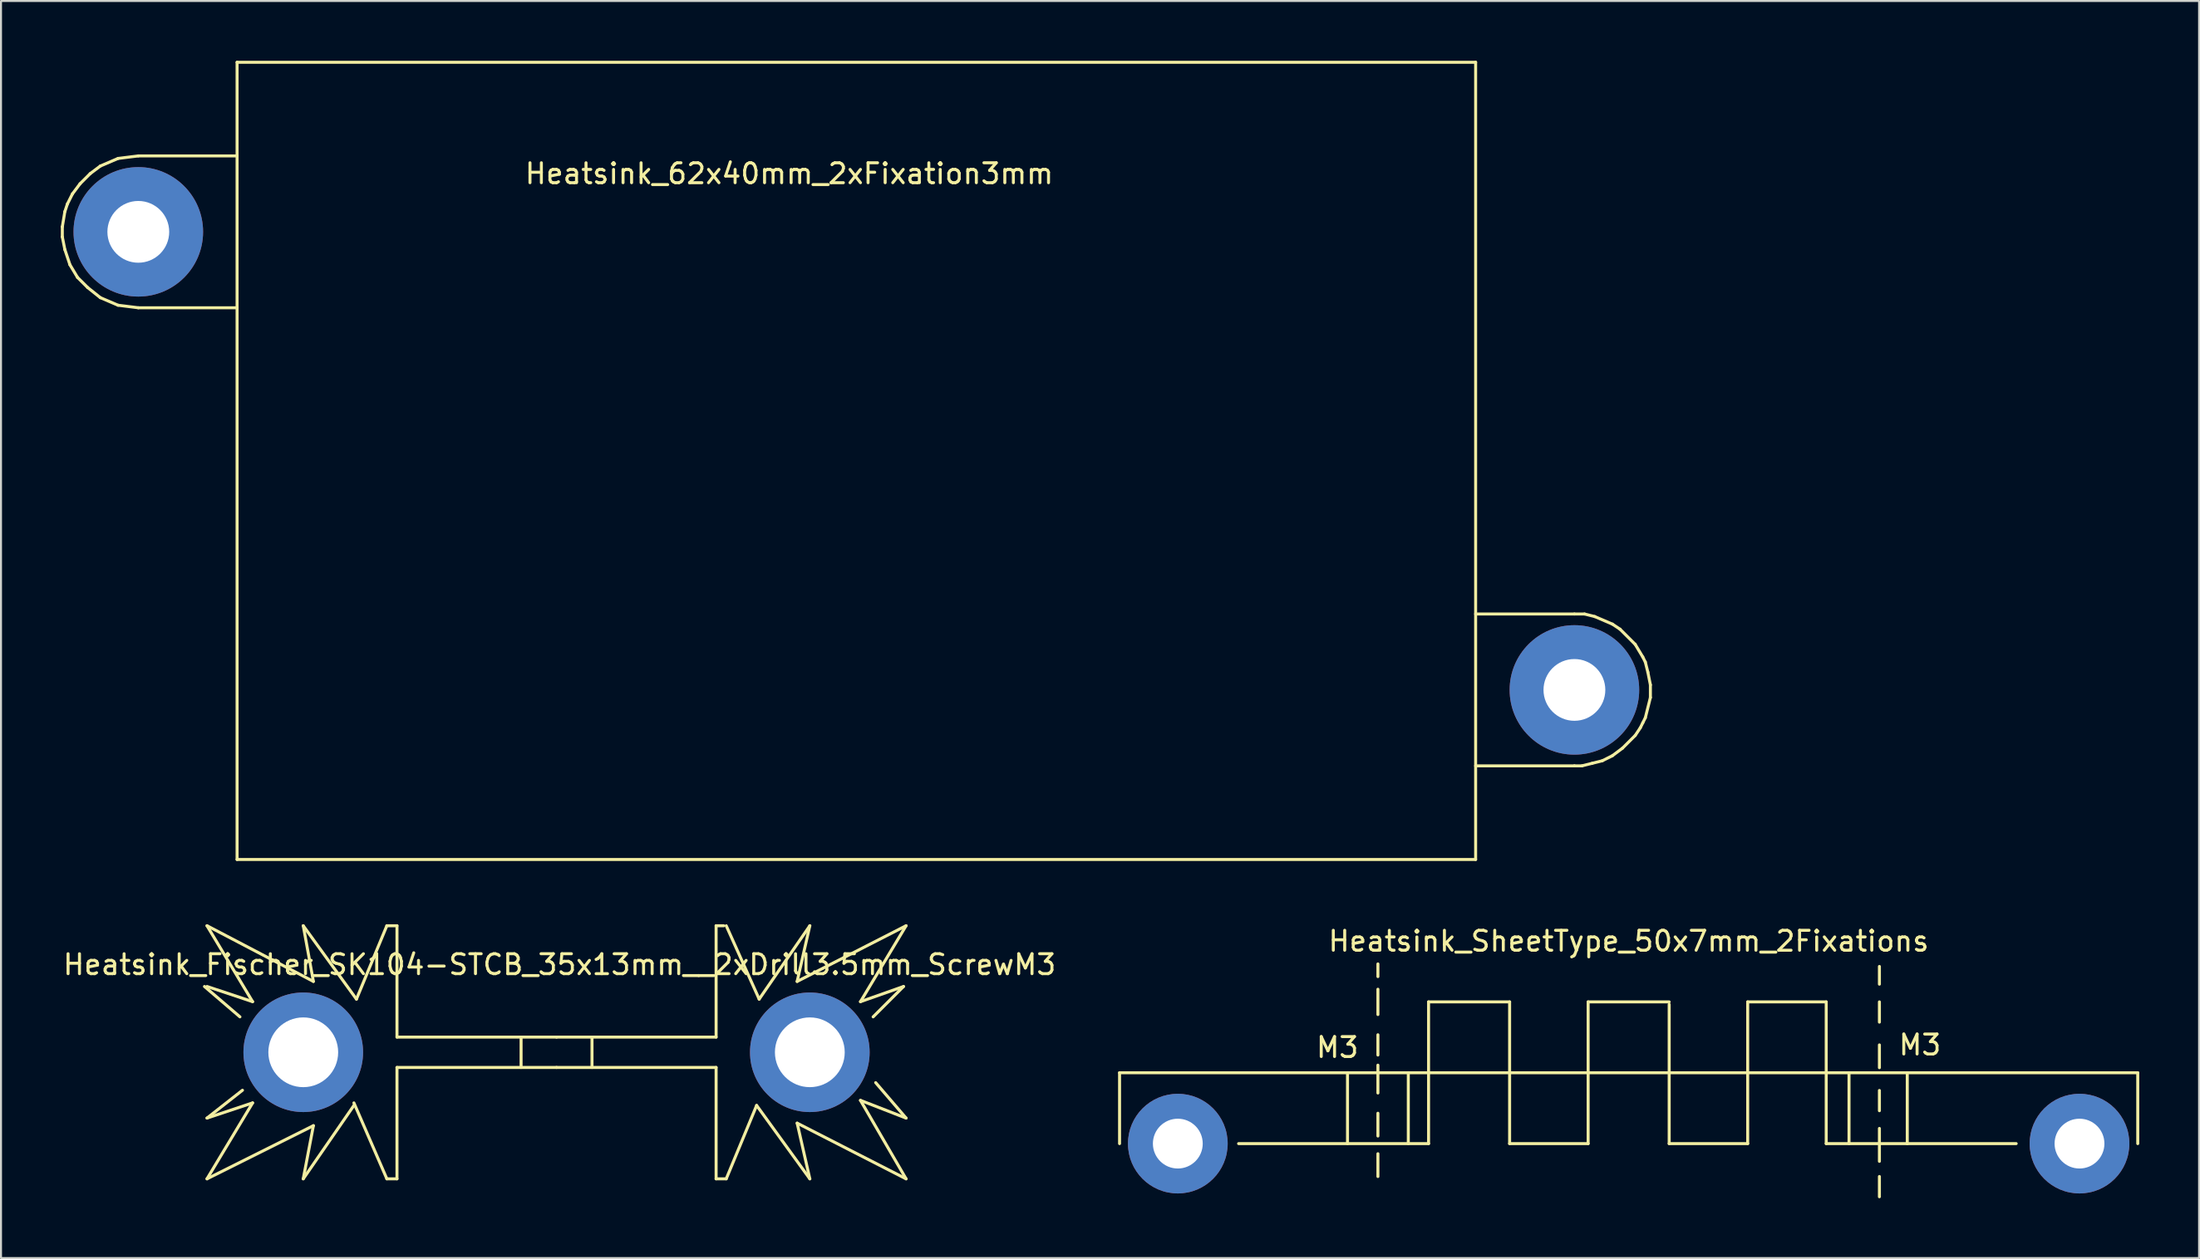
<source format=kicad_pcb>
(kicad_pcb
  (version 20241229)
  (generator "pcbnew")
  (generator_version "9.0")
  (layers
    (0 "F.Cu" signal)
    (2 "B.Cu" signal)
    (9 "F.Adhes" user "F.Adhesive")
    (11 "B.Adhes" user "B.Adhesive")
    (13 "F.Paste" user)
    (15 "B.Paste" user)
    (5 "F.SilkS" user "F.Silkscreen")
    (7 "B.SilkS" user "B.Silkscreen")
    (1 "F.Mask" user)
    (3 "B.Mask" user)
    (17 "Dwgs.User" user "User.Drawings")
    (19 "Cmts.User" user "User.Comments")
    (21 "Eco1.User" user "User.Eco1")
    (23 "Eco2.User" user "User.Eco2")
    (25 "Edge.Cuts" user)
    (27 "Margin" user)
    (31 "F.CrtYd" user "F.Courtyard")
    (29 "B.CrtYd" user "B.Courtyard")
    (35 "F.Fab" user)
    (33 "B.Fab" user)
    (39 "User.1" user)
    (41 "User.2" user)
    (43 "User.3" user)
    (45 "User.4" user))
  (footprint "Heatsink_SheetType_50x7mm_2Fixations"
    (layer "F.Cu")
    (at 78.614 54.338)
    (property "Reference" "Heatsink_SheetType_50x7mm_2Fixations" (at 0 -10.16 0) (layer "F.SilkS") (effects (font (size 1 1) (thickness 0.15))))
    (attr through_hole)
    (fp_line (start -25.527 -3.556) (end -25.527 0) (stroke (width 0.15) (type solid)) (layer "F.SilkS"))
    (fp_line (start -14.097 -3.556) (end -14.097 0) (stroke (width 0.15) (type solid)) (layer "F.SilkS"))
    (fp_line (start -12.573 -9.017) (end -12.573 -8.382) (stroke (width 0.15) (type solid)) (layer "F.SilkS"))
    (fp_line (start -12.573 -7.747) (end -12.573 -6.477) (stroke (width 0.15) (type solid)) (layer "F.SilkS"))
    (fp_line (start -12.573 -5.461) (end -12.573 -4.445) (stroke (width 0.15) (type solid)) (layer "F.SilkS"))
    (fp_line (start -12.573 -3.937) (end -12.573 -2.54) (stroke (width 0.15) (type solid)) (layer "F.SilkS"))
    (fp_line (start -12.573 -1.524) (end -12.573 -0.381) (stroke (width 0.15) (type solid)) (layer "F.SilkS"))
    (fp_line (start -12.573 0.508) (end -12.573 1.651) (stroke (width 0.15) (type solid)) (layer "F.SilkS"))
    (fp_line (start -11.049 -3.556) (end -11.049 0) (stroke (width 0.15) (type solid)) (layer "F.SilkS"))
    (fp_line (start -10.033 -7.112) (end -10.033 0) (stroke (width 0.15) (type solid)) (layer "F.SilkS"))
    (fp_line (start -10.033 0) (end -19.558 0) (stroke (width 0.15) (type solid)) (layer "F.SilkS"))
    (fp_line (start -5.969 -7.112) (end -10.033 -7.112) (stroke (width 0.15) (type solid)) (layer "F.SilkS"))
    (fp_line (start -5.969 -7.112) (end -5.969 0) (stroke (width 0.15) (type solid)) (layer "F.SilkS"))
    (fp_line (start -2.032 -7.112) (end -2.032 0) (stroke (width 0.15) (type solid)) (layer "F.SilkS"))
    (fp_line (start -2.032 0) (end -5.969 0) (stroke (width 0.15) (type solid)) (layer "F.SilkS"))
    (fp_line (start 2.032 -7.112) (end -2.032 -7.112) (stroke (width 0.15) (type solid)) (layer "F.SilkS"))
    (fp_line (start 2.032 -6.985) (end 2.032 0) (stroke (width 0.15) (type solid)) (layer "F.SilkS"))
    (fp_line (start 5.969 -7.112) (end 5.969 0) (stroke (width 0.15) (type solid)) (layer "F.SilkS"))
    (fp_line (start 5.969 0) (end 2.032 0) (stroke (width 0.15) (type solid)) (layer "F.SilkS"))
    (fp_line (start 9.906 -7.112) (end 5.969 -7.112) (stroke (width 0.15) (type solid)) (layer "F.SilkS"))
    (fp_line (start 9.906 -7.112) (end 9.906 0) (stroke (width 0.15) (type solid)) (layer "F.SilkS"))
    (fp_line (start 11.049 -3.556) (end 11.049 0) (stroke (width 0.15) (type solid)) (layer "F.SilkS"))
    (fp_line (start 12.573 -8.89) (end 12.573 -8.001) (stroke (width 0.15) (type solid)) (layer "F.SilkS"))
    (fp_line (start 12.573 -7.112) (end 12.573 -6.096) (stroke (width 0.15) (type solid)) (layer "F.SilkS"))
    (fp_line (start 12.573 -4.953) (end 12.573 -3.81) (stroke (width 0.15) (type solid)) (layer "F.SilkS"))
    (fp_line (start 12.573 -2.667) (end 12.573 -1.651) (stroke (width 0.15) (type solid)) (layer "F.SilkS"))
    (fp_line (start 12.573 -0.762) (end 12.573 0.889) (stroke (width 0.15) (type solid)) (layer "F.SilkS"))
    (fp_line (start 12.573 1.651) (end 12.573 2.667) (stroke (width 0.15) (type solid)) (layer "F.SilkS"))
    (fp_line (start 13.97 -3.556) (end 13.97 0) (stroke (width 0.15) (type solid)) (layer "F.SilkS"))
    (fp_line (start 13.97 0) (end 9.906 0) (stroke (width 0.15) (type solid)) (layer "F.SilkS"))
    (fp_line (start 13.97 0) (end 19.431 0) (stroke (width 0.15) (type solid)) (layer "F.SilkS"))
    (fp_line (start 25.527 -3.556) (end -25.527 -3.556) (stroke (width 0.15) (type solid)) (layer "F.SilkS"))
    (fp_line (start 25.527 0) (end 25.527 -3.556) (stroke (width 0.15) (type solid)) (layer "F.SilkS"))
    (fp_text user "M3" (at -14.605 -4.826 0) (layer "F.SilkS") (effects (font (size 1 1) (thickness 0.15))))
    (fp_text user "M3" (at 14.605 -4.953 0) (layer "F.SilkS") (effects (font (size 1 1) (thickness 0.15))))
    (pad "1" thru_hole circle (at -22.606 0) (size 5.001 5.001) (drill 2.499) (layers "*.Cu" "*.Mask"))
    (pad "1" thru_hole circle (at 22.606 0) (size 5.001 5.001) (drill 2.499) (layers "*.Cu" "*.Mask")))
  (footprint "Heatsink_62x40mm_2xFixation3mm"
    (layer "F.Cu")
    (at 8.838 40.08)
    (property "Reference" "Heatsink_62x40mm_2xFixation3mm" (at 27.686 -34.417 0) (layer "F.SilkS") (effects (font (size 1 1) (thickness 0.15))))
    (attr through_hole)
    (fp_line (start -8.763 -31.75) (end -8.763 -31.242) (stroke (width 0.15) (type solid)) (layer "F.SilkS"))
    (fp_line (start -8.763 -31.242) (end -8.636 -30.607) (stroke (width 0.15) (type solid)) (layer "F.SilkS"))
    (fp_line (start -8.636 -32.512) (end -8.763 -31.75) (stroke (width 0.15) (type solid)) (layer "F.SilkS"))
    (fp_line (start -8.636 -30.607) (end -8.382 -29.845) (stroke (width 0.15) (type solid)) (layer "F.SilkS"))
    (fp_line (start -8.509 -32.893) (end -8.636 -32.512) (stroke (width 0.15) (type solid)) (layer "F.SilkS"))
    (fp_line (start -8.382 -29.845) (end -8.001 -29.21) (stroke (width 0.15) (type solid)) (layer "F.SilkS"))
    (fp_line (start -8.255 -33.401) (end -8.509 -32.893) (stroke (width 0.15) (type solid)) (layer "F.SilkS"))
    (fp_line (start -8.001 -29.21) (end -7.493 -28.702) (stroke (width 0.15) (type solid)) (layer "F.SilkS"))
    (fp_line (start -7.874 -33.909) (end -8.255 -33.401) (stroke (width 0.15) (type solid)) (layer "F.SilkS"))
    (fp_line (start -7.493 -28.702) (end -6.858 -28.194) (stroke (width 0.15) (type solid)) (layer "F.SilkS"))
    (fp_line (start -7.366 -34.417) (end -7.874 -33.909) (stroke (width 0.15) (type solid)) (layer "F.SilkS"))
    (fp_line (start -6.858 -34.798) (end -7.366 -34.417) (stroke (width 0.15) (type solid)) (layer "F.SilkS"))
    (fp_line (start -6.858 -28.194) (end -5.969 -27.813) (stroke (width 0.15) (type solid)) (layer "F.SilkS"))
    (fp_line (start -5.969 -35.179) (end -6.858 -34.798) (stroke (width 0.15) (type solid)) (layer "F.SilkS"))
    (fp_line (start -5.969 -27.813) (end -4.953 -27.686) (stroke (width 0.15) (type solid)) (layer "F.SilkS"))
    (fp_line (start -4.953 -35.306) (end -5.969 -35.179) (stroke (width 0.15) (type solid)) (layer "F.SilkS"))
    (fp_line (start -4.953 -35.306) (end 0 -35.306) (stroke (width 0.15) (type solid)) (layer "F.SilkS"))
    (fp_line (start 0 -40.005) (end 0 0) (stroke (width 0.15) (type solid)) (layer "F.SilkS"))
    (fp_line (start 0 -27.686) (end -4.953 -27.686) (stroke (width 0.15) (type solid)) (layer "F.SilkS"))
    (fp_line (start 0 0) (end 62.103 0) (stroke (width 0.15) (type solid)) (layer "F.SilkS"))
    (fp_line (start 62.103 -40.005) (end 0 -40.005) (stroke (width 0.15) (type solid)) (layer "F.SilkS"))
    (fp_line (start 62.103 0) (end 62.103 -40.005) (stroke (width 0.15) (type solid)) (layer "F.SilkS"))
    (fp_line (start 67.056 -12.319) (end 62.103 -12.319) (stroke (width 0.15) (type solid)) (layer "F.SilkS"))
    (fp_line (start 67.056 -12.319) (end 67.564 -12.319) (stroke (width 0.15) (type solid)) (layer "F.SilkS"))
    (fp_line (start 67.056 -4.699) (end 62.103 -4.699) (stroke (width 0.15) (type solid)) (layer "F.SilkS"))
    (fp_line (start 67.437 -4.699) (end 67.056 -4.699) (stroke (width 0.15) (type solid)) (layer "F.SilkS"))
    (fp_line (start 67.564 -12.319) (end 68.072 -12.192) (stroke (width 0.15) (type solid)) (layer "F.SilkS"))
    (fp_line (start 67.945 -4.826) (end 67.437 -4.699) (stroke (width 0.15) (type solid)) (layer "F.SilkS"))
    (fp_line (start 68.072 -12.192) (end 68.961 -11.811) (stroke (width 0.15) (type solid)) (layer "F.SilkS"))
    (fp_line (start 68.453 -4.953) (end 67.945 -4.826) (stroke (width 0.15) (type solid)) (layer "F.SilkS"))
    (fp_line (start 68.961 -11.811) (end 69.342 -11.557) (stroke (width 0.15) (type solid)) (layer "F.SilkS"))
    (fp_line (start 68.961 -5.207) (end 68.453 -4.953) (stroke (width 0.15) (type solid)) (layer "F.SilkS"))
    (fp_line (start 69.342 -11.557) (end 70.104 -10.795) (stroke (width 0.15) (type solid)) (layer "F.SilkS"))
    (fp_line (start 69.469 -5.588) (end 68.961 -5.207) (stroke (width 0.15) (type solid)) (layer "F.SilkS"))
    (fp_line (start 70.104 -10.795) (end 70.485 -10.16) (stroke (width 0.15) (type solid)) (layer "F.SilkS"))
    (fp_line (start 70.104 -6.223) (end 69.469 -5.588) (stroke (width 0.15) (type solid)) (layer "F.SilkS"))
    (fp_line (start 70.358 -6.604) (end 70.104 -6.223) (stroke (width 0.15) (type solid)) (layer "F.SilkS"))
    (fp_line (start 70.485 -10.16) (end 70.612 -9.906) (stroke (width 0.15) (type solid)) (layer "F.SilkS"))
    (fp_line (start 70.485 -6.858) (end 70.358 -6.604) (stroke (width 0.15) (type solid)) (layer "F.SilkS"))
    (fp_line (start 70.612 -9.906) (end 70.739 -9.398) (stroke (width 0.15) (type solid)) (layer "F.SilkS"))
    (fp_line (start 70.612 -7.112) (end 70.485 -6.858) (stroke (width 0.15) (type solid)) (layer "F.SilkS"))
    (fp_line (start 70.739 -9.398) (end 70.866 -8.763) (stroke (width 0.15) (type solid)) (layer "F.SilkS"))
    (fp_line (start 70.866 -8.763) (end 70.866 -8.128) (stroke (width 0.15) (type solid)) (layer "F.SilkS"))
    (fp_line (start 70.866 -8.128) (end 70.612 -7.112) (stroke (width 0.15) (type solid)) (layer "F.SilkS"))
    (pad "1" thru_hole circle (at -4.953 -31.496) (size 6.497 6.497) (drill 3.099) (layers "*.Cu" "*.Mask"))
    (pad "1" thru_hole circle (at 67.056 -8.509) (size 6.497 6.497) (drill 3.099) (layers "*.Cu" "*.Mask")))
  (footprint "Heatsink_Fischer_SK104-STCB_35x13mm__2xDrill3.5mm_ScrewM3"
    (layer "F.Cu")
    (at 24.856 49.755)
    (property "Reference" "Heatsink_Fischer_SK104-STCB_35x13mm__2xDrill3.5mm_ScrewM3" (at 0.15 -4.4 0) (layer "F.SilkS") (effects (font (size 1 1) (thickness 0.15))))
    (attr through_hole)
    (fp_line (start -17.653 -3.302) (end -15.875 -1.778) (stroke (width 0.15) (type solid)) (layer "F.SilkS"))
    (fp_line (start -17.526 -3.302) (end -15.24 -2.54) (stroke (width 0.15) (type solid)) (layer "F.SilkS"))
    (fp_line (start -17.526 3.302) (end -15.748 1.905) (stroke (width 0.15) (type solid)) (layer "F.SilkS"))
    (fp_line (start -17.526 3.302) (end -15.24 2.54) (stroke (width 0.15) (type solid)) (layer "F.SilkS"))
    (fp_line (start -15.24 -2.54) (end -17.526 -6.35) (stroke (width 0.15) (type solid)) (layer "F.SilkS"))
    (fp_line (start -15.24 2.54) (end -17.526 6.35) (stroke (width 0.15) (type solid)) (layer "F.SilkS"))
    (fp_line (start -12.7 -6.35) (end -12.192 -3.556) (stroke (width 0.15) (type solid)) (layer "F.SilkS"))
    (fp_line (start -12.7 6.35) (end -12.192 3.683) (stroke (width 0.15) (type solid)) (layer "F.SilkS"))
    (fp_line (start -12.192 -3.556) (end -17.526 -6.35) (stroke (width 0.15) (type solid)) (layer "F.SilkS"))
    (fp_line (start -12.192 3.683) (end -17.526 6.35) (stroke (width 0.15) (type solid)) (layer "F.SilkS"))
    (fp_line (start -10.16 2.667) (end -12.7 6.35) (stroke (width 0.15) (type solid)) (layer "F.SilkS"))
    (fp_line (start -10.033 -2.667) (end -12.7 -6.35) (stroke (width 0.15) (type solid)) (layer "F.SilkS"))
    (fp_line (start -8.509 -6.35) (end -10.033 -2.667) (stroke (width 0.15) (type solid)) (layer "F.SilkS"))
    (fp_line (start -8.509 6.35) (end -10.16 2.54) (stroke (width 0.15) (type solid)) (layer "F.SilkS"))
    (fp_line (start -8.509 6.35) (end -8.001 6.35) (stroke (width 0.15) (type solid)) (layer "F.SilkS"))
    (fp_line (start -8.001 -6.35) (end -8.509 -6.35) (stroke (width 0.15) (type solid)) (layer "F.SilkS"))
    (fp_line (start -8.001 -0.762) (end -8.001 -6.35) (stroke (width 0.15) (type solid)) (layer "F.SilkS"))
    (fp_line (start -8.001 0.762) (end -8.001 6.35) (stroke (width 0.15) (type solid)) (layer "F.SilkS"))
    (fp_line (start -1.778 -0.762) (end -1.778 0.762) (stroke (width 0.15) (type solid)) (layer "F.SilkS"))
    (fp_line (start 0 -0.762) (end -8.001 -0.762) (stroke (width 0.15) (type solid)) (layer "F.SilkS"))
    (fp_line (start 0 -0.762) (end 8.001 -0.762) (stroke (width 0.15) (type solid)) (layer "F.SilkS"))
    (fp_line (start 0 0.762) (end -8.001 0.762) (stroke (width 0.15) (type solid)) (layer "F.SilkS"))
    (fp_line (start 0 0.762) (end 8.001 0.762) (stroke (width 0.15) (type solid)) (layer "F.SilkS"))
    (fp_line (start 1.778 -0.762) (end 1.778 0.762) (stroke (width 0.15) (type solid)) (layer "F.SilkS"))
    (fp_line (start 8.001 -6.35) (end 8.382 -6.35) (stroke (width 0.15) (type solid)) (layer "F.SilkS"))
    (fp_line (start 8.001 -0.762) (end 8.001 -6.35) (stroke (width 0.15) (type solid)) (layer "F.SilkS"))
    (fp_line (start 8.001 0.762) (end 8.001 6.35) (stroke (width 0.15) (type solid)) (layer "F.SilkS"))
    (fp_line (start 8.001 6.35) (end 8.509 6.35) (stroke (width 0.15) (type solid)) (layer "F.SilkS"))
    (fp_line (start 8.509 -6.35) (end 10.16 -2.667) (stroke (width 0.15) (type solid)) (layer "F.SilkS"))
    (fp_line (start 8.509 6.35) (end 10.033 2.667) (stroke (width 0.15) (type solid)) (layer "F.SilkS"))
    (fp_line (start 10.033 2.667) (end 12.7 6.35) (stroke (width 0.15) (type solid)) (layer "F.SilkS"))
    (fp_line (start 10.16 -2.667) (end 12.7 -6.35) (stroke (width 0.15) (type solid)) (layer "F.SilkS"))
    (fp_line (start 12.065 -3.556) (end 12.7 -6.35) (stroke (width 0.15) (type solid)) (layer "F.SilkS"))
    (fp_line (start 12.065 3.556) (end 17.526 6.35) (stroke (width 0.15) (type solid)) (layer "F.SilkS"))
    (fp_line (start 12.7 6.35) (end 12.065 3.556) (stroke (width 0.15) (type solid)) (layer "F.SilkS"))
    (fp_line (start 15.24 -2.54) (end 17.399 -3.302) (stroke (width 0.15) (type solid)) (layer "F.SilkS"))
    (fp_line (start 15.24 2.413) (end 17.526 3.302) (stroke (width 0.15) (type solid)) (layer "F.SilkS"))
    (fp_line (start 17.399 -3.302) (end 15.875 -1.778) (stroke (width 0.15) (type solid)) (layer "F.SilkS"))
    (fp_line (start 17.526 -6.35) (end 12.065 -3.556) (stroke (width 0.15) (type solid)) (layer "F.SilkS"))
    (fp_line (start 17.526 -6.35) (end 15.24 -2.54) (stroke (width 0.15) (type solid)) (layer "F.SilkS"))
    (fp_line (start 17.526 3.302) (end 16.002 1.524) (stroke (width 0.15) (type solid)) (layer "F.SilkS"))
    (fp_line (start 17.526 6.35) (end 15.24 2.413) (stroke (width 0.15) (type solid)) (layer "F.SilkS"))
    (pad "1" thru_hole circle (at -12.7 0) (size 5.999 5.999) (drill 3.5) (layers "*.Cu" "*.Mask"))
    (pad "1" thru_hole circle (at 12.7 0) (size 5.999 5.999) (drill 3.5) (layers "*.Cu" "*.Mask")))
  (gr_rect
    (start -3 -3)
    (end 107.216 60.08)
    (stroke (width 0.1) (type default))
    (fill no)
    (layer "Edge.Cuts")))
</source>
